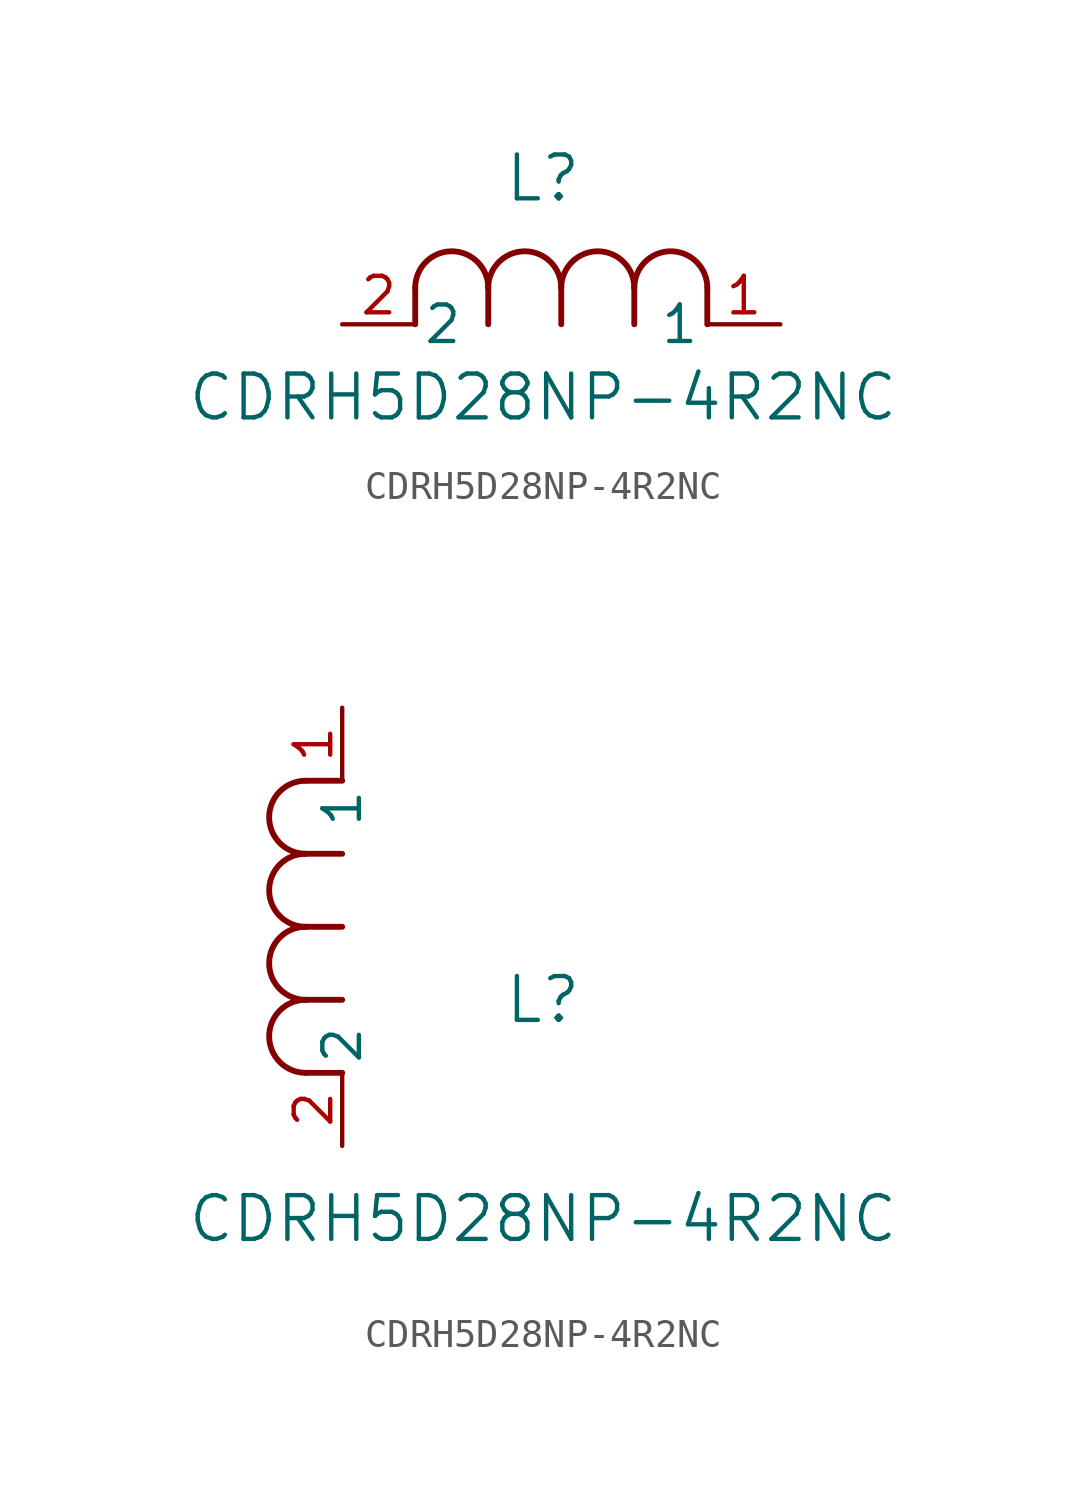
<source format=kicad_sym>
(kicad_symbol_lib
  (version 20211014)
  (generator kicad_symbol_editor)
  (symbol "CDRH5D28NP-4R2NC"
    (pin_names
      (offset 0.254))
    (property "Reference" "L"
      (at 6.985 5.08 0)
      (effects (font (size 1.524 1.524))))
    (property "Value" "CDRH5D28NP-4R2NC"
      (at 6.985 -2.54 0)
      (effects (font (size 1.524 1.524))))
    (symbol "CDRH5D28NP-4R2NC_1_1"
      (arc (start 7.62 1.27) (mid 6.35 2.54) (end 5.08 1.27) (stroke (width 0.2032) (type default) (color 0 0 0 0)) (fill (type none)))
      (polyline (pts (xy 5.08 0) (xy 5.08 1.27)) (stroke (width 0.203) (type default) (color 0 0 0 0)) (fill (type none)))
      (polyline (pts (xy 7.62 0) (xy 7.62 1.27)) (stroke (width 0.203) (type default) (color 0 0 0 0)) (fill (type none)))
      (polyline (pts (xy 12.7 0) (xy 12.7 1.27)) (stroke (width 0.203) (type default) (color 0 0 0 0)) (fill (type none)))
      (arc (start 5.08 1.27) (mid 3.81 2.54) (end 2.54 1.27) (stroke (width 0.2032) (type default) (color 0 0 0 0)) (fill (type none)))
      (arc (start 10.16 1.27) (mid 8.89 2.54) (end 7.62 1.27) (stroke (width 0.2032) (type default) (color 0 0 0 0)) (fill (type none)))
      (arc (start 12.7 1.27) (mid 11.43 2.54) (end 10.16 1.27) (stroke (width 0.2032) (type default) (color 0 0 0 0)) (fill (type none)))
      (polyline (pts (xy 2.54 0) (xy 2.54 1.27)) (stroke (width 0.203) (type default) (color 0 0 0 0)) (fill (type none)))
      (polyline (pts (xy 10.16 0) (xy 10.16 1.27)) (stroke (width 0.203) (type default) (color 0 0 0 0)) (fill (type none)))
      (pin unspecified line (at 0 0 0) (length 2.54) (name "2" (effects (font (size 1.27 1.27)))) (number "2" (effects (font (size 1.27 1.27)))))
      (pin unspecified line (at 15.24 0 180) (length 2.54) (name "1" (effects (font (size 1.27 1.27)))) (number "1" (effects (font (size 1.27 1.27))))))
    (symbol "CDRH5D28NP-4R2NC_1_2"
      (arc (start -1.27 7.62) (mid -2.54 6.35) (end -1.27 5.08) (stroke (width 0.2032) (type default) (color 0 0 0 0)) (fill (type none)))
      (arc (start -1.27 5.08) (mid -2.54 3.81) (end -1.27 2.54) (stroke (width 0.2032) (type default) (color 0 0 0 0)) (fill (type none)))
      (arc (start -1.27 12.7) (mid -2.54 11.43) (end -1.27 10.16) (stroke (width 0.2032) (type default) (color 0 0 0 0)) (fill (type none)))
      (arc (start -1.27 10.16) (mid -2.54 8.89) (end -1.27 7.62) (stroke (width 0.2032) (type default) (color 0 0 0 0)) (fill (type none)))
      (polyline (pts (xy 0 7.62) (xy -1.27 7.62)) (stroke (width 0.203) (type default) (color 0 0 0 0)) (fill (type none)))
      (polyline (pts (xy 0 5.08) (xy -1.27 5.08)) (stroke (width 0.203) (type default) (color 0 0 0 0)) (fill (type none)))
      (polyline (pts (xy 0 12.7) (xy -1.27 12.7)) (stroke (width 0.203) (type default) (color 0 0 0 0)) (fill (type none)))
      (polyline (pts (xy 0 2.54) (xy -1.27 2.54)) (stroke (width 0.203) (type default) (color 0 0 0 0)) (fill (type none)))
      (polyline (pts (xy 0 10.16) (xy -1.27 10.16)) (stroke (width 0.203) (type default) (color 0 0 0 0)) (fill (type none)))
      (pin unspecified line (at 0 0 90) (length 2.54) (name "2" (effects (font (size 1.27 1.27)))) (number "2" (effects (font (size 1.27 1.27)))))
      (pin unspecified line (at 0 15.24 270) (length 2.54) (name "1" (effects (font (size 1.27 1.27)))) (number "1" (effects (font (size 1.27 1.27))))))))
</source>
